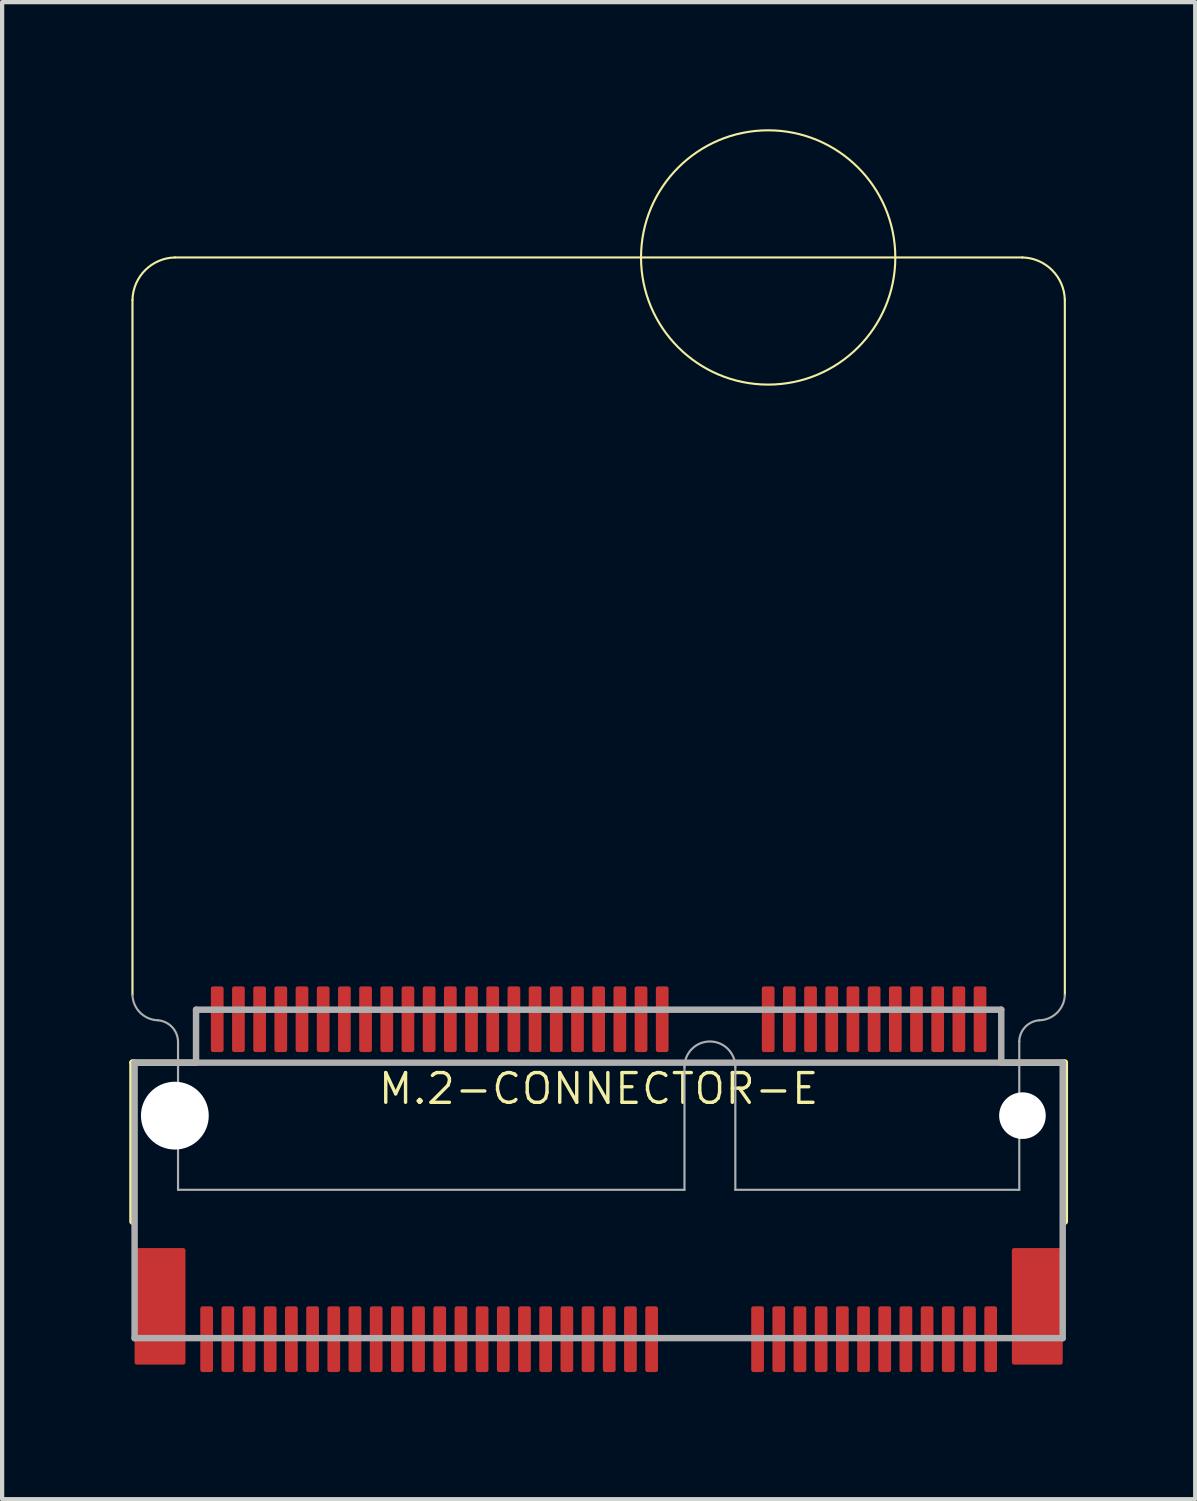
<source format=kicad_pcb>
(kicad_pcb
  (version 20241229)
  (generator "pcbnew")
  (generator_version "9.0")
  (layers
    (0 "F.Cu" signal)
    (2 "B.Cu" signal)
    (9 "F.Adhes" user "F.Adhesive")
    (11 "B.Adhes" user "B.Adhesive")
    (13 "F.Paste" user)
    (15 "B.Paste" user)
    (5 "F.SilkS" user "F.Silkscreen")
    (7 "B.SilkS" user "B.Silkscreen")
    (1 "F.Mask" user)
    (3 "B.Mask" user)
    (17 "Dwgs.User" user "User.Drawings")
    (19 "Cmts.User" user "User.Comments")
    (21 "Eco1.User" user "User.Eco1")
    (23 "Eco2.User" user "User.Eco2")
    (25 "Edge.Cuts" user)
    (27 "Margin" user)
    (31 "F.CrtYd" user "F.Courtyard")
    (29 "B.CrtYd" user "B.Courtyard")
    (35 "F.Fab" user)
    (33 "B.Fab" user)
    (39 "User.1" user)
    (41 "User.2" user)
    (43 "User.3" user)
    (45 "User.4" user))
  (footprint "M.2-CONNECTOR-E"
    (layer "F.Cu")
    (at 11.076 23.275)
    (property "Reference" "M.2-CONNECTOR-E" (at 0 -0.635 0) (layer "F.SilkS") (effects (font (size 0.701 0.701) (thickness 0.08))))
    (fp_line (start -11 -19.25) (end -11 -2.85) (stroke (width 0.051) (type solid)) (layer "F.SilkS"))
    (fp_line (start -11 2.5) (end -11 -1.25) (stroke (width 0.152) (type solid)) (layer "F.SilkS"))
    (fp_line (start -9.5 -1.25) (end -11 -1.25) (stroke (width 0.152) (type solid)) (layer "F.SilkS"))
    (fp_line (start 10 -20.25) (end -10 -20.25) (stroke (width 0.051) (type solid)) (layer "F.SilkS"))
    (fp_line (start 11 -19.25) (end 11 -2.85) (stroke (width 0.05) (type solid)) (layer "F.SilkS"))
    (fp_line (start 11 -1.25) (end 9.5 -1.25) (stroke (width 0.152) (type solid)) (layer "F.SilkS"))
    (fp_line (start 11 2.5) (end 11 -1.25) (stroke (width 0.152) (type solid)) (layer "F.SilkS"))
    (fp_arc (start -11 -19.25) (mid -10.7 -19.949999) (end -10 -20.25) (stroke (width 0.05) (type solid)) (layer "F.SilkS"))
    (fp_arc (start 10 -20.25) (mid 10.699999 -19.95) (end 11 -19.25) (stroke (width 0.05) (type solid)) (layer "F.SilkS"))
    (fp_circle (center 4 -20.25) (end 7 -20.25) (stroke (width 0.05) (type solid)) (fill no) (layer "F.SilkS"))
    (fp_poly (pts (xy -9.4 6.05) (xy -9.1 6.05) (xy -9.1 4.5) (xy -9.4 4.5)) (stroke (width 0) (type default)) (fill yes) (layer "F.Paste"))
    (fp_poly (pts (xy -9.15 -1.5) (xy -8.85 -1.5) (xy -8.85 -3.05) (xy -9.15 -3.05)) (stroke (width 0) (type default)) (fill yes) (layer "F.Paste"))
    (fp_poly (pts (xy -8.9 6.05) (xy -8.6 6.05) (xy -8.6 4.5) (xy -8.9 4.5)) (stroke (width 0) (type default)) (fill yes) (layer "F.Paste"))
    (fp_poly (pts (xy -8.65 -1.5) (xy -8.35 -1.5) (xy -8.35 -3.05) (xy -8.65 -3.05)) (stroke (width 0) (type default)) (fill yes) (layer "F.Paste"))
    (fp_poly (pts (xy -8.4 6.05) (xy -8.1 6.05) (xy -8.1 4.5) (xy -8.4 4.5)) (stroke (width 0) (type default)) (fill yes) (layer "F.Paste"))
    (fp_poly (pts (xy -8.15 -1.5) (xy -7.85 -1.5) (xy -7.85 -3.05) (xy -8.15 -3.05)) (stroke (width 0) (type default)) (fill yes) (layer "F.Paste"))
    (fp_poly (pts (xy -7.9 6.05) (xy -7.6 6.05) (xy -7.6 4.5) (xy -7.9 4.5)) (stroke (width 0) (type default)) (fill yes) (layer "F.Paste"))
    (fp_poly (pts (xy -7.65 -1.5) (xy -7.35 -1.5) (xy -7.35 -3.05) (xy -7.65 -3.05)) (stroke (width 0) (type default)) (fill yes) (layer "F.Paste"))
    (fp_poly (pts (xy -7.4 6.05) (xy -7.1 6.05) (xy -7.1 4.5) (xy -7.4 4.5)) (stroke (width 0) (type default)) (fill yes) (layer "F.Paste"))
    (fp_poly (pts (xy -7.15 -1.5) (xy -6.85 -1.5) (xy -6.85 -3.05) (xy -7.15 -3.05)) (stroke (width 0) (type default)) (fill yes) (layer "F.Paste"))
    (fp_poly (pts (xy -6.9 6.05) (xy -6.6 6.05) (xy -6.6 4.5) (xy -6.9 4.5)) (stroke (width 0) (type default)) (fill yes) (layer "F.Paste"))
    (fp_poly (pts (xy -6.65 -1.5) (xy -6.35 -1.5) (xy -6.35 -3.05) (xy -6.65 -3.05)) (stroke (width 0) (type default)) (fill yes) (layer "F.Paste"))
    (fp_poly (pts (xy -6.4 6.05) (xy -6.1 6.05) (xy -6.1 4.5) (xy -6.4 4.5)) (stroke (width 0) (type default)) (fill yes) (layer "F.Paste"))
    (fp_poly (pts (xy -6.15 -1.5) (xy -5.85 -1.5) (xy -5.85 -3.05) (xy -6.15 -3.05)) (stroke (width 0) (type default)) (fill yes) (layer "F.Paste"))
    (fp_poly (pts (xy -5.9 6.05) (xy -5.6 6.05) (xy -5.6 4.5) (xy -5.9 4.5)) (stroke (width 0) (type default)) (fill yes) (layer "F.Paste"))
    (fp_poly (pts (xy -5.65 -1.5) (xy -5.35 -1.5) (xy -5.35 -3.05) (xy -5.65 -3.05)) (stroke (width 0) (type default)) (fill yes) (layer "F.Paste"))
    (fp_poly (pts (xy -5.4 6.05) (xy -5.1 6.05) (xy -5.1 4.5) (xy -5.4 4.5)) (stroke (width 0) (type default)) (fill yes) (layer "F.Paste"))
    (fp_poly (pts (xy -5.15 -1.5) (xy -4.85 -1.5) (xy -4.85 -3.05) (xy -5.15 -3.05)) (stroke (width 0) (type default)) (fill yes) (layer "F.Paste"))
    (fp_poly (pts (xy -4.9 6.05) (xy -4.6 6.05) (xy -4.6 4.5) (xy -4.9 4.5)) (stroke (width 0) (type default)) (fill yes) (layer "F.Paste"))
    (fp_poly (pts (xy -4.65 -1.5) (xy -4.35 -1.5) (xy -4.35 -3.05) (xy -4.65 -3.05)) (stroke (width 0) (type default)) (fill yes) (layer "F.Paste"))
    (fp_poly (pts (xy -4.4 6.05) (xy -4.1 6.05) (xy -4.1 4.5) (xy -4.4 4.5)) (stroke (width 0) (type default)) (fill yes) (layer "F.Paste"))
    (fp_poly (pts (xy -4.15 -1.5) (xy -3.85 -1.5) (xy -3.85 -3.05) (xy -4.15 -3.05)) (stroke (width 0) (type default)) (fill yes) (layer "F.Paste"))
    (fp_poly (pts (xy -3.9 6.05) (xy -3.6 6.05) (xy -3.6 4.5) (xy -3.9 4.5)) (stroke (width 0) (type default)) (fill yes) (layer "F.Paste"))
    (fp_poly (pts (xy -3.65 -1.5) (xy -3.35 -1.5) (xy -3.35 -3.05) (xy -3.65 -3.05)) (stroke (width 0) (type default)) (fill yes) (layer "F.Paste"))
    (fp_poly (pts (xy -3.4 6.05) (xy -3.1 6.05) (xy -3.1 4.5) (xy -3.4 4.5)) (stroke (width 0) (type default)) (fill yes) (layer "F.Paste"))
    (fp_poly (pts (xy -3.15 -1.5) (xy -2.85 -1.5) (xy -2.85 -3.05) (xy -3.15 -3.05)) (stroke (width 0) (type default)) (fill yes) (layer "F.Paste"))
    (fp_poly (pts (xy -2.9 6.05) (xy -2.6 6.05) (xy -2.6 4.5) (xy -2.9 4.5)) (stroke (width 0) (type default)) (fill yes) (layer "F.Paste"))
    (fp_poly (pts (xy -2.65 -1.5) (xy -2.35 -1.5) (xy -2.35 -3.05) (xy -2.65 -3.05)) (stroke (width 0) (type default)) (fill yes) (layer "F.Paste"))
    (fp_poly (pts (xy -2.4 6.05) (xy -2.1 6.05) (xy -2.1 4.5) (xy -2.4 4.5)) (stroke (width 0) (type default)) (fill yes) (layer "F.Paste"))
    (fp_poly (pts (xy -2.15 -1.5) (xy -1.85 -1.5) (xy -1.85 -3.05) (xy -2.15 -3.05)) (stroke (width 0) (type default)) (fill yes) (layer "F.Paste"))
    (fp_poly (pts (xy -1.9 6.05) (xy -1.6 6.05) (xy -1.6 4.5) (xy -1.9 4.5)) (stroke (width 0) (type default)) (fill yes) (layer "F.Paste"))
    (fp_poly (pts (xy -1.65 -1.5) (xy -1.35 -1.5) (xy -1.35 -3.05) (xy -1.65 -3.05)) (stroke (width 0) (type default)) (fill yes) (layer "F.Paste"))
    (fp_poly (pts (xy -1.4 6.05) (xy -1.1 6.05) (xy -1.1 4.5) (xy -1.4 4.5)) (stroke (width 0) (type default)) (fill yes) (layer "F.Paste"))
    (fp_poly (pts (xy -1.15 -1.5) (xy -0.85 -1.5) (xy -0.85 -3.05) (xy -1.15 -3.05)) (stroke (width 0) (type default)) (fill yes) (layer "F.Paste"))
    (fp_poly (pts (xy -0.9 6.05) (xy -0.6 6.05) (xy -0.6 4.5) (xy -0.9 4.5)) (stroke (width 0) (type default)) (fill yes) (layer "F.Paste"))
    (fp_poly (pts (xy -0.65 -1.5) (xy -0.35 -1.5) (xy -0.35 -3.05) (xy -0.65 -3.05)) (stroke (width 0) (type default)) (fill yes) (layer "F.Paste"))
    (fp_poly (pts (xy -0.4 6.05) (xy -0.1 6.05) (xy -0.1 4.5) (xy -0.4 4.5)) (stroke (width 0) (type default)) (fill yes) (layer "F.Paste"))
    (fp_poly (pts (xy -0.15 -1.5) (xy 0.15 -1.5) (xy 0.15 -3.05) (xy -0.15 -3.05)) (stroke (width 0) (type default)) (fill yes) (layer "F.Paste"))
    (fp_poly (pts (xy 0.1 6.05) (xy 0.4 6.05) (xy 0.4 4.5) (xy 0.1 4.5)) (stroke (width 0) (type default)) (fill yes) (layer "F.Paste"))
    (fp_poly (pts (xy 0.35 -1.5) (xy 0.65 -1.5) (xy 0.65 -3.05) (xy 0.35 -3.05)) (stroke (width 0) (type default)) (fill yes) (layer "F.Paste"))
    (fp_poly (pts (xy 0.6 6.05) (xy 0.9 6.05) (xy 0.9 4.5) (xy 0.6 4.5)) (stroke (width 0) (type default)) (fill yes) (layer "F.Paste"))
    (fp_poly (pts (xy 0.85 -1.5) (xy 1.15 -1.5) (xy 1.15 -3.05) (xy 0.85 -3.05)) (stroke (width 0) (type default)) (fill yes) (layer "F.Paste"))
    (fp_poly (pts (xy 1.1 6.05) (xy 1.4 6.05) (xy 1.4 4.5) (xy 1.1 4.5)) (stroke (width 0) (type default)) (fill yes) (layer "F.Paste"))
    (fp_poly (pts (xy 1.35 -1.5) (xy 1.65 -1.5) (xy 1.65 -3.05) (xy 1.35 -3.05)) (stroke (width 0) (type default)) (fill yes) (layer "F.Paste"))
    (fp_poly (pts (xy 3.6 6.05) (xy 3.9 6.05) (xy 3.9 4.5) (xy 3.6 4.5)) (stroke (width 0) (type default)) (fill yes) (layer "F.Paste"))
    (fp_poly (pts (xy 3.85 -1.5) (xy 4.15 -1.5) (xy 4.15 -3.05) (xy 3.85 -3.05)) (stroke (width 0) (type default)) (fill yes) (layer "F.Paste"))
    (fp_poly (pts (xy 4.1 6.05) (xy 4.4 6.05) (xy 4.4 4.5) (xy 4.1 4.5)) (stroke (width 0) (type default)) (fill yes) (layer "F.Paste"))
    (fp_poly (pts (xy 4.35 -1.5) (xy 4.65 -1.5) (xy 4.65 -3.05) (xy 4.35 -3.05)) (stroke (width 0) (type default)) (fill yes) (layer "F.Paste"))
    (fp_poly (pts (xy 4.6 6.05) (xy 4.9 6.05) (xy 4.9 4.5) (xy 4.6 4.5)) (stroke (width 0) (type default)) (fill yes) (layer "F.Paste"))
    (fp_poly (pts (xy 4.85 -1.5) (xy 5.15 -1.5) (xy 5.15 -3.05) (xy 4.85 -3.05)) (stroke (width 0) (type default)) (fill yes) (layer "F.Paste"))
    (fp_poly (pts (xy 5.1 6.05) (xy 5.4 6.05) (xy 5.4 4.5) (xy 5.1 4.5)) (stroke (width 0) (type default)) (fill yes) (layer "F.Paste"))
    (fp_poly (pts (xy 5.35 -1.5) (xy 5.65 -1.5) (xy 5.65 -3.05) (xy 5.35 -3.05)) (stroke (width 0) (type default)) (fill yes) (layer "F.Paste"))
    (fp_poly (pts (xy 5.6 6.05) (xy 5.9 6.05) (xy 5.9 4.5) (xy 5.6 4.5)) (stroke (width 0) (type default)) (fill yes) (layer "F.Paste"))
    (fp_poly (pts (xy 5.85 -1.5) (xy 6.15 -1.5) (xy 6.15 -3.05) (xy 5.85 -3.05)) (stroke (width 0) (type default)) (fill yes) (layer "F.Paste"))
    (fp_poly (pts (xy 6.1 6.05) (xy 6.4 6.05) (xy 6.4 4.5) (xy 6.1 4.5)) (stroke (width 0) (type default)) (fill yes) (layer "F.Paste"))
    (fp_poly (pts (xy 6.35 -1.5) (xy 6.65 -1.5) (xy 6.65 -3.05) (xy 6.35 -3.05)) (stroke (width 0) (type default)) (fill yes) (layer "F.Paste"))
    (fp_poly (pts (xy 6.6 6.05) (xy 6.9 6.05) (xy 6.9 4.5) (xy 6.6 4.5)) (stroke (width 0) (type default)) (fill yes) (layer "F.Paste"))
    (fp_poly (pts (xy 6.85 -1.5) (xy 7.15 -1.5) (xy 7.15 -3.05) (xy 6.85 -3.05)) (stroke (width 0) (type default)) (fill yes) (layer "F.Paste"))
    (fp_poly (pts (xy 7.1 6.05) (xy 7.4 6.05) (xy 7.4 4.5) (xy 7.1 4.5)) (stroke (width 0) (type default)) (fill yes) (layer "F.Paste"))
    (fp_poly (pts (xy 7.35 -1.5) (xy 7.65 -1.5) (xy 7.65 -3.05) (xy 7.35 -3.05)) (stroke (width 0) (type default)) (fill yes) (layer "F.Paste"))
    (fp_poly (pts (xy 7.6 6.05) (xy 7.9 6.05) (xy 7.9 4.5) (xy 7.6 4.5)) (stroke (width 0) (type default)) (fill yes) (layer "F.Paste"))
    (fp_poly (pts (xy 7.85 -1.5) (xy 8.15 -1.5) (xy 8.15 -3.05) (xy 7.85 -3.05)) (stroke (width 0) (type default)) (fill yes) (layer "F.Paste"))
    (fp_poly (pts (xy 8.1 6.05) (xy 8.4 6.05) (xy 8.4 4.5) (xy 8.1 4.5)) (stroke (width 0) (type default)) (fill yes) (layer "F.Paste"))
    (fp_poly (pts (xy 8.35 -1.5) (xy 8.65 -1.5) (xy 8.65 -3.05) (xy 8.35 -3.05)) (stroke (width 0) (type default)) (fill yes) (layer "F.Paste"))
    (fp_poly (pts (xy 8.6 6.05) (xy 8.9 6.05) (xy 8.9 4.5) (xy 8.6 4.5)) (stroke (width 0) (type default)) (fill yes) (layer "F.Paste"))
    (fp_poly (pts (xy 8.85 -1.5) (xy 9.15 -1.5) (xy 9.15 -3.05) (xy 8.85 -3.05)) (stroke (width 0) (type default)) (fill yes) (layer "F.Paste"))
    (fp_poly (pts (xy 9.1 6.05) (xy 9.4 6.05) (xy 9.4 4.5) (xy 9.1 4.5)) (stroke (width 0) (type default)) (fill yes) (layer "F.Paste"))
    (fp_line (start -10.95 -1.25) (end -10.95 5.25) (stroke (width 0.152) (type solid)) (layer "F.Fab"))
    (fp_line (start -10.95 5.25) (end 10.95 5.25) (stroke (width 0.152) (type solid)) (layer "F.Fab"))
    (fp_line (start -9.925 1.75) (end -9.925 -1.75) (stroke (width 0.051) (type solid)) (layer "F.Fab"))
    (fp_line (start -9.5 -2.5) (end -9.5 -1.25) (stroke (width 0.152) (type solid)) (layer "F.Fab"))
    (fp_line (start -9.5 -1.25) (end -10.95 -1.25) (stroke (width 0.152) (type solid)) (layer "F.Fab"))
    (fp_line (start 2.025 -1.15) (end 2.025 1.75) (stroke (width 0.051) (type solid)) (layer "F.Fab"))
    (fp_line (start 2.025 1.75) (end -9.925 1.75) (stroke (width 0.051) (type solid)) (layer "F.Fab"))
    (fp_line (start 3.225 -1.15) (end 3.225 1.75) (stroke (width 0.051) (type solid)) (layer "F.Fab"))
    (fp_line (start 9.5 -2.5) (end -9.5 -2.5) (stroke (width 0.152) (type solid)) (layer "F.Fab"))
    (fp_line (start 9.5 -2.5) (end 9.5 -1.25) (stroke (width 0.152) (type solid)) (layer "F.Fab"))
    (fp_line (start 9.5 -1.25) (end -9.5 -1.25) (stroke (width 0.152) (type solid)) (layer "F.Fab"))
    (fp_line (start 9.925 -1.75) (end 9.925 1.75) (stroke (width 0.051) (type solid)) (layer "F.Fab"))
    (fp_line (start 9.925 1.75) (end 3.225 1.75) (stroke (width 0.051) (type solid)) (layer "F.Fab"))
    (fp_line (start 10.95 -1.25) (end 9.5 -1.25) (stroke (width 0.152) (type solid)) (layer "F.Fab"))
    (fp_line (start 10.95 5.25) (end 10.95 -1.25) (stroke (width 0.152) (type solid)) (layer "F.Fab"))
    (fp_arc (start -10.400001 -2.249999) (mid -10.819362 -2.430638) (end -11 -2.85) (stroke (width 0.05) (type solid)) (layer "F.Fab"))
    (fp_arc (start -10.4 -2.25) (mid -10.066759 -2.090954) (end -9.925 -1.75) (stroke (width 0.0508) (type solid)) (layer "F.Fab"))
    (fp_arc (start 2.025 -1.15) (mid 2.625 -1.75) (end 3.225 -1.15) (stroke (width 0.0508) (type solid)) (layer "F.Fab"))
    (fp_arc (start 9.925 -1.75) (mid 10.065344 -2.092298) (end 10.4 -2.25) (stroke (width 0.0508) (type solid)) (layer "F.Fab"))
    (fp_arc (start 10.999999 -2.849999) (mid 10.819361 -2.430638) (end 10.4 -2.25) (stroke (width 0.05) (type solid)) (layer "F.Fab"))
    (pad "" np_thru_hole circle (at -10 0) (size 1.6 1.6) (drill 1.6) (layers "*.Cu" "*.Mask"))
    (pad "" np_thru_hole circle (at 10 0) (size 1.1 1.1) (drill 1.1) (layers "*.Cu" "*.Mask"))
    (pad "1" smd roundrect (at 9.25 5.275 180) (size 0.3 1.55) (layers "F.Cu" "F.Mask") (roundrect_rratio 0.169))
    (pad "2" smd roundrect (at 9 -2.275 180) (size 0.3 1.55) (layers "F.Cu" "F.Mask") (roundrect_rratio 0.169))
    (pad "3" smd roundrect (at 8.75 5.275 180) (size 0.3 1.55) (layers "F.Cu" "F.Mask") (roundrect_rratio 0.169))
    (pad "4" smd roundrect (at 8.5 -2.275 180) (size 0.3 1.55) (layers "F.Cu" "F.Mask") (roundrect_rratio 0.169))
    (pad "5" smd roundrect (at 8.25 5.275 180) (size 0.3 1.55) (layers "F.Cu" "F.Mask") (roundrect_rratio 0.169))
    (pad "6" smd roundrect (at 8 -2.275 180) (size 0.3 1.55) (layers "F.Cu" "F.Mask") (roundrect_rratio 0.169))
    (pad "7" smd roundrect (at 7.75 5.275 180) (size 0.3 1.55) (layers "F.Cu" "F.Mask") (roundrect_rratio 0.169))
    (pad "8" smd roundrect (at 7.5 -2.275 180) (size 0.3 1.55) (layers "F.Cu" "F.Mask") (roundrect_rratio 0.169))
    (pad "9" smd roundrect (at 7.25 5.275 180) (size 0.3 1.55) (layers "F.Cu" "F.Mask") (roundrect_rratio 0.169))
    (pad "10" smd roundrect (at 7 -2.275 180) (size 0.3 1.55) (layers "F.Cu" "F.Mask") (roundrect_rratio 0.169))
    (pad "11" smd roundrect (at 6.75 5.275 180) (size 0.3 1.55) (layers "F.Cu" "F.Mask") (roundrect_rratio 0.169))
    (pad "12" smd roundrect (at 6.5 -2.275 180) (size 0.3 1.55) (layers "F.Cu" "F.Mask") (roundrect_rratio 0.169))
    (pad "13" smd roundrect (at 6.25 5.275 180) (size 0.3 1.55) (layers "F.Cu" "F.Mask") (roundrect_rratio 0.169))
    (pad "14" smd roundrect (at 6 -2.275 180) (size 0.3 1.55) (layers "F.Cu" "F.Mask") (roundrect_rratio 0.169))
    (pad "15" smd roundrect (at 5.75 5.275 180) (size 0.3 1.55) (layers "F.Cu" "F.Mask") (roundrect_rratio 0.169))
    (pad "16" smd roundrect (at 5.5 -2.275 180) (size 0.3 1.55) (layers "F.Cu" "F.Mask") (roundrect_rratio 0.169))
    (pad "17" smd roundrect (at 5.25 5.275 180) (size 0.3 1.55) (layers "F.Cu" "F.Mask") (roundrect_rratio 0.169))
    (pad "18" smd roundrect (at 5 -2.275 180) (size 0.3 1.55) (layers "F.Cu" "F.Mask") (roundrect_rratio 0.169))
    (pad "19" smd roundrect (at 4.75 5.275 180) (size 0.3 1.55) (layers "F.Cu" "F.Mask") (roundrect_rratio 0.169))
    (pad "20" smd roundrect (at 4.5 -2.275 180) (size 0.3 1.55) (layers "F.Cu" "F.Mask") (roundrect_rratio 0.169))
    (pad "21" smd roundrect (at 4.25 5.275 180) (size 0.3 1.55) (layers "F.Cu" "F.Mask") (roundrect_rratio 0.169))
    (pad "22" smd roundrect (at 4 -2.275 180) (size 0.3 1.55) (layers "F.Cu" "F.Mask") (roundrect_rratio 0.169))
    (pad "23" smd roundrect (at 3.75 5.275 180) (size 0.3 1.55) (layers "F.Cu" "F.Mask") (roundrect_rratio 0.169))
    (pad "32" smd roundrect (at 1.5 -2.275 180) (size 0.3 1.55) (layers "F.Cu" "F.Mask") (roundrect_rratio 0.169))
    (pad "33" smd roundrect (at 1.25 5.275 180) (size 0.3 1.55) (layers "F.Cu" "F.Mask") (roundrect_rratio 0.169))
    (pad "34" smd roundrect (at 1 -2.275 180) (size 0.3 1.55) (layers "F.Cu" "F.Mask") (roundrect_rratio 0.169))
    (pad "35" smd roundrect (at 0.75 5.275 180) (size 0.3 1.55) (layers "F.Cu" "F.Mask") (roundrect_rratio 0.169))
    (pad "36" smd roundrect (at 0.5 -2.275 180) (size 0.3 1.55) (layers "F.Cu" "F.Mask") (roundrect_rratio 0.169))
    (pad "37" smd roundrect (at 0.25 5.275 180) (size 0.3 1.55) (layers "F.Cu" "F.Mask") (roundrect_rratio 0.169))
    (pad "38" smd roundrect (at 0 -2.275 180) (size 0.3 1.55) (layers "F.Cu" "F.Mask") (roundrect_rratio 0.169))
    (pad "39" smd roundrect (at -0.25 5.275 180) (size 0.3 1.55) (layers "F.Cu" "F.Mask") (roundrect_rratio 0.169))
    (pad "40" smd roundrect (at -0.5 -2.275 180) (size 0.3 1.55) (layers "F.Cu" "F.Mask") (roundrect_rratio 0.169))
    (pad "41" smd roundrect (at -0.75 5.275 180) (size 0.3 1.55) (layers "F.Cu" "F.Mask") (roundrect_rratio 0.169))
    (pad "42" smd roundrect (at -1 -2.275 180) (size 0.3 1.55) (layers "F.Cu" "F.Mask") (roundrect_rratio 0.169))
    (pad "43" smd roundrect (at -1.25 5.275 180) (size 0.3 1.55) (layers "F.Cu" "F.Mask") (roundrect_rratio 0.169))
    (pad "44" smd roundrect (at -1.5 -2.275 180) (size 0.3 1.55) (layers "F.Cu" "F.Mask") (roundrect_rratio 0.169))
    (pad "45" smd roundrect (at -1.75 5.275 180) (size 0.3 1.55) (layers "F.Cu" "F.Mask") (roundrect_rratio 0.169))
    (pad "46" smd roundrect (at -2 -2.275 180) (size 0.3 1.55) (layers "F.Cu" "F.Mask") (roundrect_rratio 0.169))
    (pad "47" smd roundrect (at -2.25 5.275 180) (size 0.3 1.55) (layers "F.Cu" "F.Mask") (roundrect_rratio 0.169))
    (pad "48" smd roundrect (at -2.5 -2.275 180) (size 0.3 1.55) (layers "F.Cu" "F.Mask") (roundrect_rratio 0.169))
    (pad "49" smd roundrect (at -2.75 5.275 180) (size 0.3 1.55) (layers "F.Cu" "F.Mask") (roundrect_rratio 0.169))
    (pad "50" smd roundrect (at -3 -2.275 180) (size 0.3 1.55) (layers "F.Cu" "F.Mask") (roundrect_rratio 0.169))
    (pad "51" smd roundrect (at -3.25 5.275 180) (size 0.3 1.55) (layers "F.Cu" "F.Mask") (roundrect_rratio 0.169))
    (pad "52" smd roundrect (at -3.5 -2.275 180) (size 0.3 1.55) (layers "F.Cu" "F.Mask") (roundrect_rratio 0.169))
    (pad "53" smd roundrect (at -3.75 5.275 180) (size 0.3 1.55) (layers "F.Cu" "F.Mask") (roundrect_rratio 0.169))
    (pad "54" smd roundrect (at -4 -2.275 180) (size 0.3 1.55) (layers "F.Cu" "F.Mask") (roundrect_rratio 0.169))
    (pad "55" smd roundrect (at -4.25 5.275 180) (size 0.3 1.55) (layers "F.Cu" "F.Mask") (roundrect_rratio 0.169))
    (pad "56" smd roundrect (at -4.5 -2.275 180) (size 0.3 1.55) (layers "F.Cu" "F.Mask") (roundrect_rratio 0.169))
    (pad "57" smd roundrect (at -4.75 5.275 180) (size 0.3 1.55) (layers "F.Cu" "F.Mask") (roundrect_rratio 0.169))
    (pad "58" smd roundrect (at -5 -2.275 180) (size 0.3 1.55) (layers "F.Cu" "F.Mask") (roundrect_rratio 0.169))
    (pad "59" smd roundrect (at -5.25 5.275 180) (size 0.3 1.55) (layers "F.Cu" "F.Mask") (roundrect_rratio 0.169))
    (pad "60" smd roundrect (at -5.5 -2.275 180) (size 0.3 1.55) (layers "F.Cu" "F.Mask") (roundrect_rratio 0.169))
    (pad "61" smd roundrect (at -5.75 5.275 180) (size 0.3 1.55) (layers "F.Cu" "F.Mask") (roundrect_rratio 0.169))
    (pad "62" smd roundrect (at -6 -2.275 180) (size 0.3 1.55) (layers "F.Cu" "F.Mask") (roundrect_rratio 0.169))
    (pad "63" smd roundrect (at -6.25 5.275 180) (size 0.3 1.55) (layers "F.Cu" "F.Mask") (roundrect_rratio 0.169))
    (pad "64" smd roundrect (at -6.5 -2.275 180) (size 0.3 1.55) (layers "F.Cu" "F.Mask") (roundrect_rratio 0.169))
    (pad "65" smd roundrect (at -6.75 5.275 180) (size 0.3 1.55) (layers "F.Cu" "F.Mask") (roundrect_rratio 0.169))
    (pad "66" smd roundrect (at -7 -2.275 180) (size 0.3 1.55) (layers "F.Cu" "F.Mask") (roundrect_rratio 0.169))
    (pad "67" smd roundrect (at -7.25 5.275 180) (size 0.3 1.55) (layers "F.Cu" "F.Mask") (roundrect_rratio 0.169))
    (pad "68" smd roundrect (at -7.5 -2.275 180) (size 0.3 1.55) (layers "F.Cu" "F.Mask") (roundrect_rratio 0.169))
    (pad "69" smd roundrect (at -7.75 5.275 180) (size 0.3 1.55) (layers "F.Cu" "F.Mask") (roundrect_rratio 0.169))
    (pad "70" smd roundrect (at -8 -2.275 180) (size 0.3 1.55) (layers "F.Cu" "F.Mask") (roundrect_rratio 0.169))
    (pad "71" smd roundrect (at -8.25 5.275 180) (size 0.3 1.55) (layers "F.Cu" "F.Mask") (roundrect_rratio 0.169))
    (pad "72" smd roundrect (at -8.5 -2.275 180) (size 0.3 1.55) (layers "F.Cu" "F.Mask") (roundrect_rratio 0.169))
    (pad "73" smd roundrect (at -8.75 5.275 180) (size 0.3 1.55) (layers "F.Cu" "F.Mask") (roundrect_rratio 0.169))
    (pad "74" smd roundrect (at -9 -2.275 180) (size 0.3 1.55) (layers "F.Cu" "F.Mask") (roundrect_rratio 0.169))
    (pad "75" smd roundrect (at -9.25 5.275 180) (size 0.3 1.55) (layers "F.Cu" "F.Mask") (roundrect_rratio 0.169))
    (pad "A1" smd roundrect (at 10.35 4.5 180) (size 1.2 2.75) (layers "F.Cu" "F.Mask" "F.Paste") (roundrect_rratio 0.042))
    (pad "A2" smd roundrect (at -10.35 4.5 180) (size 1.2 2.75) (layers "F.Cu" "F.Mask" "F.Paste") (roundrect_rratio 0.042)))
  (gr_rect
    (start -3 -3)
    (end 25.152 32.325)
    (stroke (width 0.1) (type default))
    (fill no)
    (layer "Edge.Cuts")))
</source>
